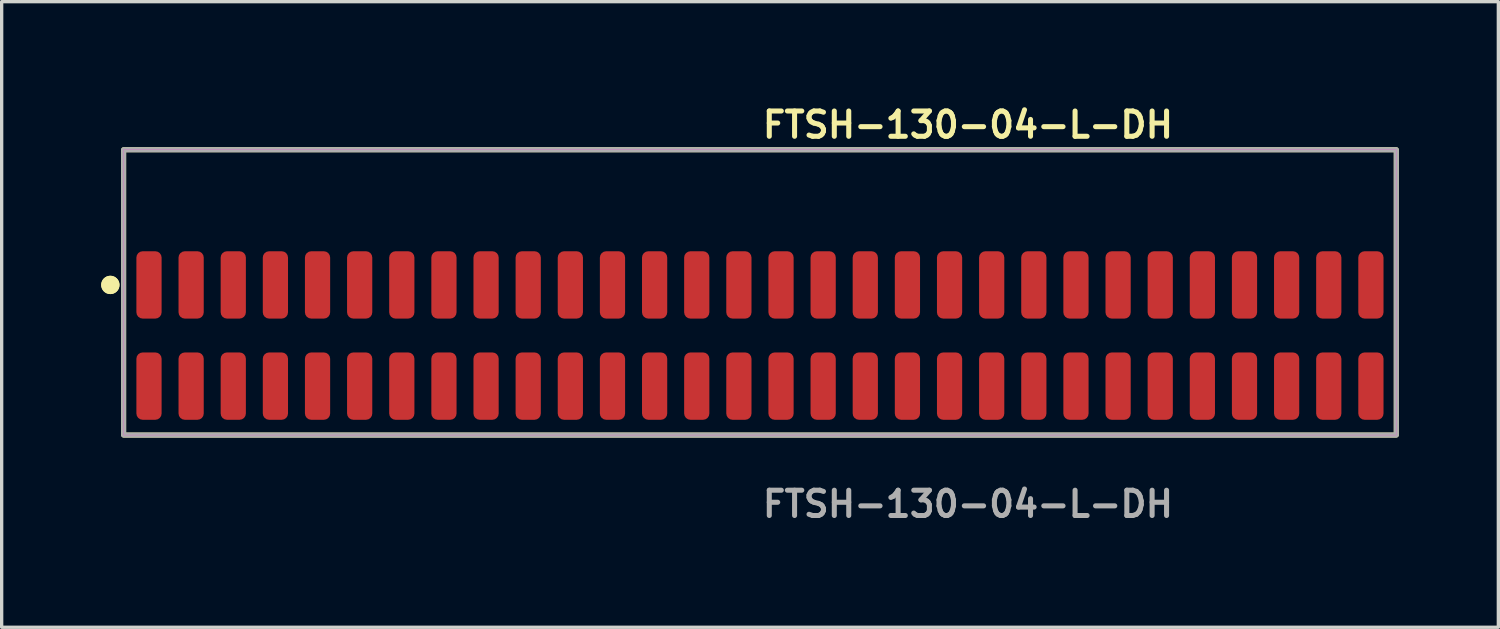
<source format=kicad_pcb>
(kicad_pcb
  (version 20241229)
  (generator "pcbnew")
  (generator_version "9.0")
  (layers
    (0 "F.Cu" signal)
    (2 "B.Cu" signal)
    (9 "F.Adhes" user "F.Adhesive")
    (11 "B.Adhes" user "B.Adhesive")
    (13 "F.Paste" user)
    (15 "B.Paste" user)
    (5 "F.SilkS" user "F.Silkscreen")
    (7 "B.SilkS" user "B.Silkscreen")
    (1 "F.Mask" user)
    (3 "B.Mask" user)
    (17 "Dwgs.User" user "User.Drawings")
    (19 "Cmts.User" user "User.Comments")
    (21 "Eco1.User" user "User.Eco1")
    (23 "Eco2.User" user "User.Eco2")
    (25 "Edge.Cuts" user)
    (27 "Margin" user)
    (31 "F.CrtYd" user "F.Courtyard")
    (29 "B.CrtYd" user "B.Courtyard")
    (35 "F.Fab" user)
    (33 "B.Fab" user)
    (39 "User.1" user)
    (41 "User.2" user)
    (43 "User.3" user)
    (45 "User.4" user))
  (footprint "FTSH-130-04-L-DH"
    (layer "F.Cu")
    (at 19.856 7.063)
    (property "Reference" "FTSH-130-04-L-DH" (at 0 -6.35 0) (unlocked yes) (layer "F.SilkS") (effects (font (size 0.762 0.762) (thickness 0.152)) (justify left)))
    (fp_rect (start -19.18 3) (end 19.18 -5.6) (stroke (width 0.152) (type solid)) (fill no) (layer "F.SilkS"))
    (fp_circle (center -19.58 -1.525) (end -19.78 -1.525) (stroke (width 0.152) (type solid)) (fill yes) (layer "F.SilkS"))
    (fp_circle (center -19.58 -1.525) (end -19.78 -1.525) (stroke (width 0.152) (type solid)) (fill yes) (layer "F.SilkS"))
    (fp_rect (start -19.18 3) (end 19.18 -5.6) (stroke (width 0.006) (type solid)) (fill no) (layer "F.CrtYd"))
    (fp_rect (start -19.18 3) (end 19.18 -5.6) (stroke (width 0.152) (type solid)) (fill no) (layer "F.Fab"))
    (fp_text user "${REFERENCE}" (at 0 5.08 0) (unlocked yes) (layer "F.Fab") (effects (font (size 0.762 0.762) (thickness 0.152)) (justify left)))
    (pad "1" smd roundrect (at -18.415 -1.525) (size 0.76 2.03) (layers "F.Cu" "F.Paste") (roundrect_rratio 0.25))
    (pad "2" smd roundrect (at -18.415 1.525) (size 0.76 2.03) (layers "F.Cu" "F.Paste") (roundrect_rratio 0.25))
    (pad "3" smd roundrect (at -17.145 -1.525) (size 0.76 2.03) (layers "F.Cu" "F.Paste") (roundrect_rratio 0.25))
    (pad "4" smd roundrect (at -17.145 1.525) (size 0.76 2.03) (layers "F.Cu" "F.Paste") (roundrect_rratio 0.25))
    (pad "5" smd roundrect (at -15.875 -1.525) (size 0.76 2.03) (layers "F.Cu" "F.Paste") (roundrect_rratio 0.25))
    (pad "6" smd roundrect (at -15.875 1.525) (size 0.76 2.03) (layers "F.Cu" "F.Paste") (roundrect_rratio 0.25))
    (pad "7" smd roundrect (at -14.605 -1.525) (size 0.76 2.03) (layers "F.Cu" "F.Paste") (roundrect_rratio 0.25))
    (pad "8" smd roundrect (at -14.605 1.525) (size 0.76 2.03) (layers "F.Cu" "F.Paste") (roundrect_rratio 0.25))
    (pad "9" smd roundrect (at -13.335 -1.525) (size 0.76 2.03) (layers "F.Cu" "F.Paste") (roundrect_rratio 0.25))
    (pad "10" smd roundrect (at -13.335 1.525) (size 0.76 2.03) (layers "F.Cu" "F.Paste") (roundrect_rratio 0.25))
    (pad "11" smd roundrect (at -12.065 -1.525) (size 0.76 2.03) (layers "F.Cu" "F.Paste") (roundrect_rratio 0.25))
    (pad "12" smd roundrect (at -12.065 1.525) (size 0.76 2.03) (layers "F.Cu" "F.Paste") (roundrect_rratio 0.25))
    (pad "13" smd roundrect (at -10.795 -1.525) (size 0.76 2.03) (layers "F.Cu" "F.Paste") (roundrect_rratio 0.25))
    (pad "14" smd roundrect (at -10.795 1.525) (size 0.76 2.03) (layers "F.Cu" "F.Paste") (roundrect_rratio 0.25))
    (pad "15" smd roundrect (at -9.525 -1.525) (size 0.76 2.03) (layers "F.Cu" "F.Paste") (roundrect_rratio 0.25))
    (pad "16" smd roundrect (at -9.525 1.525) (size 0.76 2.03) (layers "F.Cu" "F.Paste") (roundrect_rratio 0.25))
    (pad "17" smd roundrect (at -8.255 -1.525) (size 0.76 2.03) (layers "F.Cu" "F.Paste") (roundrect_rratio 0.25))
    (pad "18" smd roundrect (at -8.255 1.525) (size 0.76 2.03) (layers "F.Cu" "F.Paste") (roundrect_rratio 0.25))
    (pad "19" smd roundrect (at -6.985 -1.525) (size 0.76 2.03) (layers "F.Cu" "F.Paste") (roundrect_rratio 0.25))
    (pad "20" smd roundrect (at -6.985 1.525) (size 0.76 2.03) (layers "F.Cu" "F.Paste") (roundrect_rratio 0.25))
    (pad "21" smd roundrect (at -5.715 -1.525) (size 0.76 2.03) (layers "F.Cu" "F.Paste") (roundrect_rratio 0.25))
    (pad "22" smd roundrect (at -5.715 1.525) (size 0.76 2.03) (layers "F.Cu" "F.Paste") (roundrect_rratio 0.25))
    (pad "23" smd roundrect (at -4.445 -1.525) (size 0.76 2.03) (layers "F.Cu" "F.Paste") (roundrect_rratio 0.25))
    (pad "24" smd roundrect (at -4.445 1.525) (size 0.76 2.03) (layers "F.Cu" "F.Paste") (roundrect_rratio 0.25))
    (pad "25" smd roundrect (at -3.175 -1.525) (size 0.76 2.03) (layers "F.Cu" "F.Paste") (roundrect_rratio 0.25))
    (pad "26" smd roundrect (at -3.175 1.525) (size 0.76 2.03) (layers "F.Cu" "F.Paste") (roundrect_rratio 0.25))
    (pad "27" smd roundrect (at -1.905 -1.525) (size 0.76 2.03) (layers "F.Cu" "F.Paste") (roundrect_rratio 0.25))
    (pad "28" smd roundrect (at -1.905 1.525) (size 0.76 2.03) (layers "F.Cu" "F.Paste") (roundrect_rratio 0.25))
    (pad "29" smd roundrect (at -0.635 -1.525) (size 0.76 2.03) (layers "F.Cu" "F.Paste") (roundrect_rratio 0.25))
    (pad "30" smd roundrect (at -0.635 1.525) (size 0.76 2.03) (layers "F.Cu" "F.Paste") (roundrect_rratio 0.25))
    (pad "31" smd roundrect (at 0.635 -1.525) (size 0.76 2.03) (layers "F.Cu" "F.Paste") (roundrect_rratio 0.25))
    (pad "32" smd roundrect (at 0.635 1.525) (size 0.76 2.03) (layers "F.Cu" "F.Paste") (roundrect_rratio 0.25))
    (pad "33" smd roundrect (at 1.905 -1.525) (size 0.76 2.03) (layers "F.Cu" "F.Paste") (roundrect_rratio 0.25))
    (pad "34" smd roundrect (at 1.905 1.525) (size 0.76 2.03) (layers "F.Cu" "F.Paste") (roundrect_rratio 0.25))
    (pad "35" smd roundrect (at 3.175 -1.525) (size 0.76 2.03) (layers "F.Cu" "F.Paste") (roundrect_rratio 0.25))
    (pad "36" smd roundrect (at 3.175 1.525) (size 0.76 2.03) (layers "F.Cu" "F.Paste") (roundrect_rratio 0.25))
    (pad "37" smd roundrect (at 4.445 -1.525) (size 0.76 2.03) (layers "F.Cu" "F.Paste") (roundrect_rratio 0.25))
    (pad "38" smd roundrect (at 4.445 1.525) (size 0.76 2.03) (layers "F.Cu" "F.Paste") (roundrect_rratio 0.25))
    (pad "39" smd roundrect (at 5.715 -1.525) (size 0.76 2.03) (layers "F.Cu" "F.Paste") (roundrect_rratio 0.25))
    (pad "40" smd roundrect (at 5.715 1.525) (size 0.76 2.03) (layers "F.Cu" "F.Paste") (roundrect_rratio 0.25))
    (pad "41" smd roundrect (at 6.985 -1.525) (size 0.76 2.03) (layers "F.Cu" "F.Paste") (roundrect_rratio 0.25))
    (pad "42" smd roundrect (at 6.985 1.525) (size 0.76 2.03) (layers "F.Cu" "F.Paste") (roundrect_rratio 0.25))
    (pad "43" smd roundrect (at 8.255 -1.525) (size 0.76 2.03) (layers "F.Cu" "F.Paste") (roundrect_rratio 0.25))
    (pad "44" smd roundrect (at 8.255 1.525) (size 0.76 2.03) (layers "F.Cu" "F.Paste") (roundrect_rratio 0.25))
    (pad "45" smd roundrect (at 9.525 -1.525) (size 0.76 2.03) (layers "F.Cu" "F.Paste") (roundrect_rratio 0.25))
    (pad "46" smd roundrect (at 9.525 1.525) (size 0.76 2.03) (layers "F.Cu" "F.Paste") (roundrect_rratio 0.25))
    (pad "47" smd roundrect (at 10.795 -1.525) (size 0.76 2.03) (layers "F.Cu" "F.Paste") (roundrect_rratio 0.25))
    (pad "48" smd roundrect (at 10.795 1.525) (size 0.76 2.03) (layers "F.Cu" "F.Paste") (roundrect_rratio 0.25))
    (pad "49" smd roundrect (at 12.065 -1.525) (size 0.76 2.03) (layers "F.Cu" "F.Paste") (roundrect_rratio 0.25))
    (pad "50" smd roundrect (at 12.065 1.525) (size 0.76 2.03) (layers "F.Cu" "F.Paste") (roundrect_rratio 0.25))
    (pad "51" smd roundrect (at 13.335 -1.525) (size 0.76 2.03) (layers "F.Cu" "F.Paste") (roundrect_rratio 0.25))
    (pad "52" smd roundrect (at 13.335 1.525) (size 0.76 2.03) (layers "F.Cu" "F.Paste") (roundrect_rratio 0.25))
    (pad "53" smd roundrect (at 14.605 -1.525) (size 0.76 2.03) (layers "F.Cu" "F.Paste") (roundrect_rratio 0.25))
    (pad "54" smd roundrect (at 14.605 1.525) (size 0.76 2.03) (layers "F.Cu" "F.Paste") (roundrect_rratio 0.25))
    (pad "55" smd roundrect (at 15.875 -1.525) (size 0.76 2.03) (layers "F.Cu" "F.Paste") (roundrect_rratio 0.25))
    (pad "56" smd roundrect (at 15.875 1.525) (size 0.76 2.03) (layers "F.Cu" "F.Paste") (roundrect_rratio 0.25))
    (pad "57" smd roundrect (at 17.145 -1.525) (size 0.76 2.03) (layers "F.Cu" "F.Paste") (roundrect_rratio 0.25))
    (pad "58" smd roundrect (at 17.145 1.525) (size 0.76 2.03) (layers "F.Cu" "F.Paste") (roundrect_rratio 0.25))
    (pad "59" smd roundrect (at 18.415 -1.525) (size 0.76 2.03) (layers "F.Cu" "F.Paste") (roundrect_rratio 0.25))
    (pad "60" smd roundrect (at 18.415 1.525) (size 0.76 2.03) (layers "F.Cu" "F.Paste") (roundrect_rratio 0.25)))
  (gr_rect
    (start -3 -3)
    (end 42.112 15.856)
    (stroke (width 0.1) (type default))
    (fill no)
    (layer "Edge.Cuts")))
</source>
